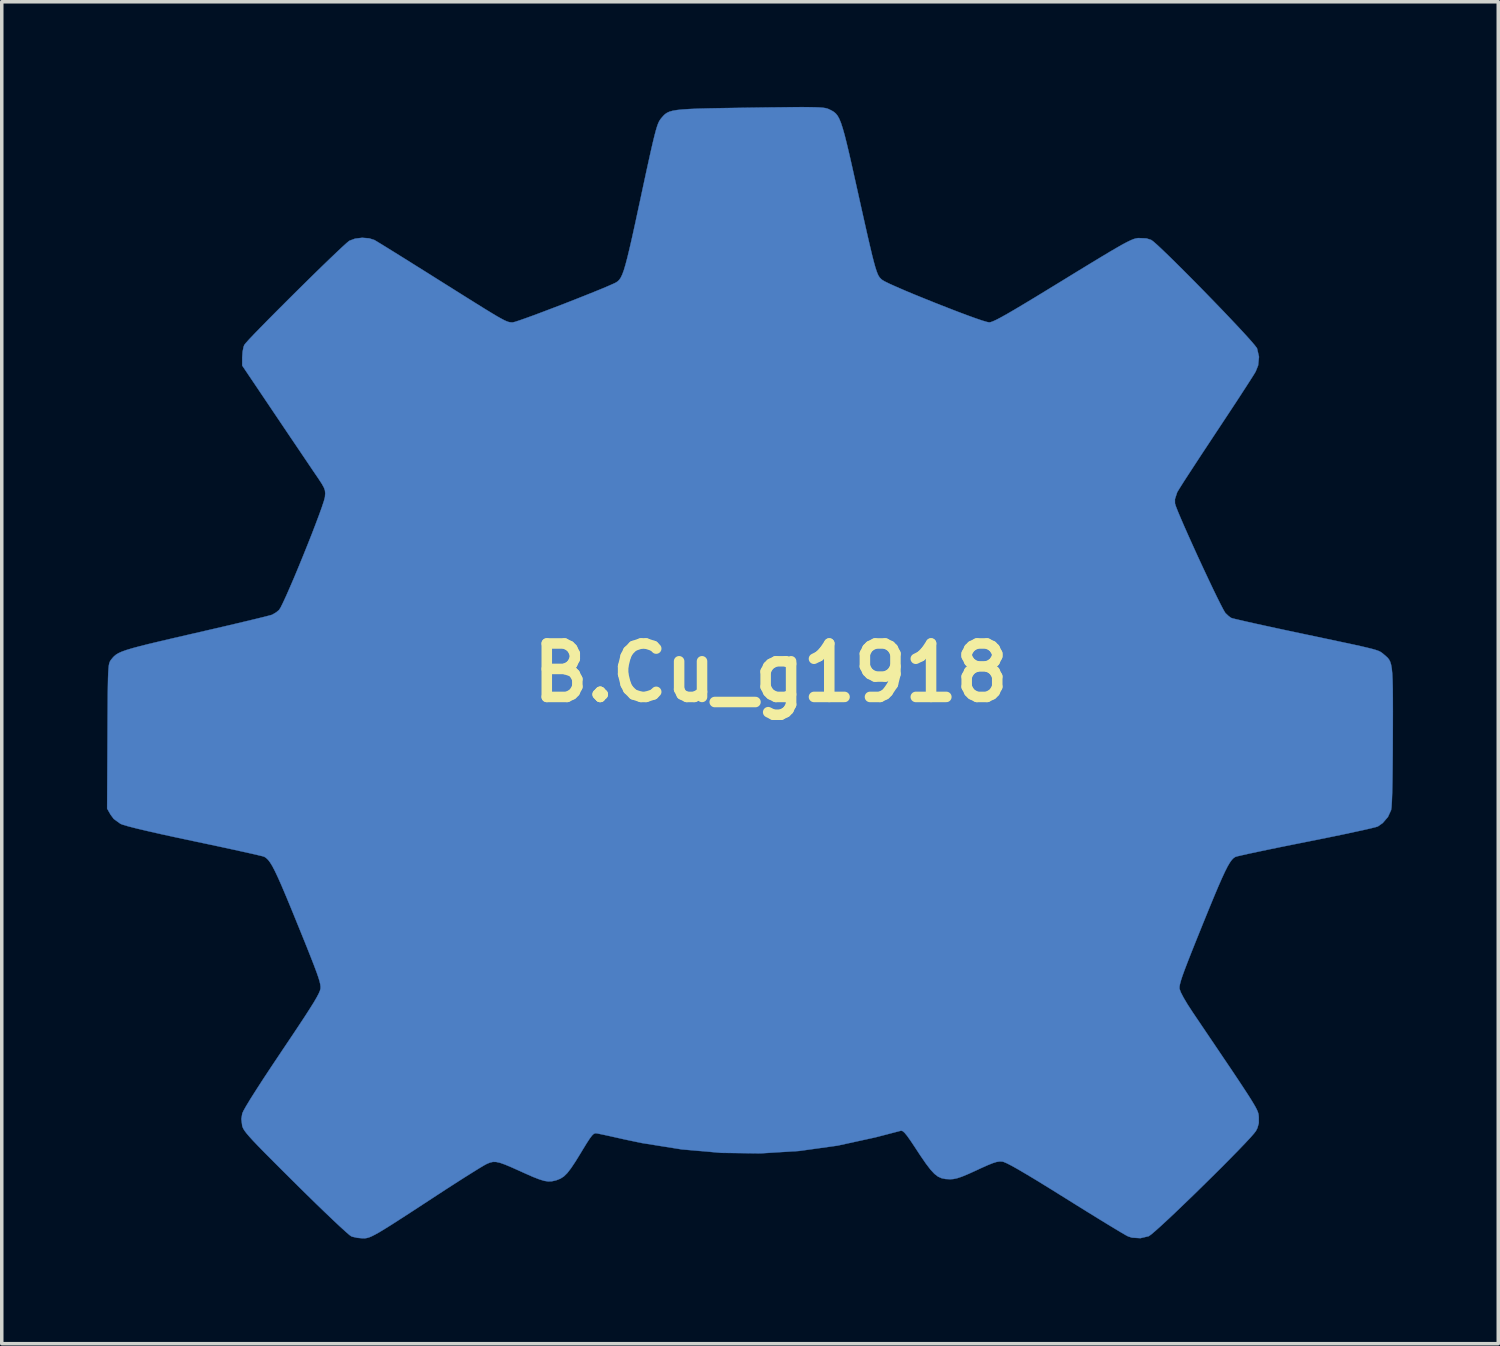
<source format=kicad_pcb>
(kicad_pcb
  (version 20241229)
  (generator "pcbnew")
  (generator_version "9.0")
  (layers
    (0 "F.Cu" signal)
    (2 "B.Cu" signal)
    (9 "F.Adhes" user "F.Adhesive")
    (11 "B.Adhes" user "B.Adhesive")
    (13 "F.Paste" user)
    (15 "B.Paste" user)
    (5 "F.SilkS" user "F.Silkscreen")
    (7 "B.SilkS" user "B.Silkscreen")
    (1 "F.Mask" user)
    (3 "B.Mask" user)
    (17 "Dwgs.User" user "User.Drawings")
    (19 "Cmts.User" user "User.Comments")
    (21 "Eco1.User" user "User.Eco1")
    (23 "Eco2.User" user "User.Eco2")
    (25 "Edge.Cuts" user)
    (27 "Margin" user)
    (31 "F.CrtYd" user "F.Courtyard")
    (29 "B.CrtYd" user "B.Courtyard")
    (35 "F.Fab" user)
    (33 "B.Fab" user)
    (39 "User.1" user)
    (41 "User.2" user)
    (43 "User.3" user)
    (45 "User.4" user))
  (footprint "B.Cu_g1918"
    (layer "F.Cu")
    (at 18.928 16.134)
    (property "Reference" "B.Cu_g1918" (at 0 0 0) (layer "F.SilkS") (effects (font (size 1.524 1.524) (thickness 0.3))))
    (attr through_hole)
    (fp_poly (pts (xy 1.102 -16.128) (xy 1.267 -16.125) (xy 1.393 -16.12) (xy 1.487 -16.112) (xy 1.556 -16.102) (xy 1.608 -16.089) (xy 1.651 -16.073) (xy 1.665 -16.066) (xy 1.737 -16.031) (xy 1.8 -15.993) (xy 1.855 -15.946) (xy 1.905 -15.884) (xy 1.953 -15.798) (xy 2.001 -15.683) (xy 2.051 -15.53) (xy 2.107 -15.333) (xy 2.169 -15.085) (xy 2.242 -14.778) (xy 2.326 -14.407) (xy 2.425 -13.963) (xy 2.477 -13.73) (xy 2.589 -13.226) (xy 2.685 -12.798) (xy 2.766 -12.439) (xy 2.835 -12.143) (xy 2.892 -11.903) (xy 2.941 -11.712) (xy 2.982 -11.564) (xy 3.018 -11.452) (xy 3.05 -11.369) (xy 3.08 -11.309) (xy 3.111 -11.266) (xy 3.144 -11.231) (xy 3.174 -11.205) (xy 3.248 -11.16) (xy 3.389 -11.091) (xy 3.586 -11.003) (xy 3.828 -10.898) (xy 4.103 -10.783) (xy 4.401 -10.662) (xy 4.709 -10.538) (xy 5.018 -10.417) (xy 5.314 -10.302) (xy 5.588 -10.199) (xy 5.828 -10.112) (xy 6.023 -10.045) (xy 6.161 -10.004) (xy 6.228 -9.991) (xy 6.274 -9.998) (xy 6.342 -10.023) (xy 6.44 -10.068) (xy 6.571 -10.137) (xy 6.741 -10.232) (xy 6.956 -10.357) (xy 7.221 -10.515) (xy 7.543 -10.709) (xy 7.925 -10.942) (xy 8.321 -11.184) (xy 8.749 -11.447) (xy 9.112 -11.668) (xy 9.416 -11.852) (xy 9.666 -12.002) (xy 9.87 -12.121) (xy 10.033 -12.214) (xy 10.162 -12.282) (xy 10.263 -12.331) (xy 10.342 -12.364) (xy 10.406 -12.383) (xy 10.461 -12.393) (xy 10.482 -12.395) (xy 10.712 -12.386) (xy 10.849 -12.342) (xy 10.913 -12.295) (xy 11.028 -12.194) (xy 11.185 -12.046) (xy 11.379 -11.859) (xy 11.601 -11.64) (xy 11.845 -11.397) (xy 12.103 -11.137) (xy 12.368 -10.867) (xy 12.632 -10.595) (xy 12.889 -10.329) (xy 13.13 -10.075) (xy 13.35 -9.842) (xy 13.54 -9.636) (xy 13.694 -9.465) (xy 13.803 -9.337) (xy 13.862 -9.259) (xy 13.868 -9.247) (xy 13.923 -9.009) (xy 13.898 -8.764) (xy 13.828 -8.589) (xy 13.784 -8.515) (xy 13.698 -8.379) (xy 13.576 -8.189) (xy 13.423 -7.953) (xy 13.245 -7.68) (xy 13.046 -7.378) (xy 12.833 -7.056) (xy 12.702 -6.858) (xy 12.484 -6.528) (xy 12.277 -6.215) (xy 12.088 -5.926) (xy 11.921 -5.67) (xy 11.782 -5.456) (xy 11.677 -5.29) (xy 11.61 -5.181) (xy 11.59 -5.147) (xy 11.526 -4.952) (xy 11.527 -4.829) (xy 11.55 -4.753) (xy 11.605 -4.612) (xy 11.687 -4.416) (xy 11.791 -4.176) (xy 11.912 -3.903) (xy 12.045 -3.608) (xy 12.185 -3.3) (xy 12.328 -2.992) (xy 12.468 -2.693) (xy 12.6 -2.415) (xy 12.72 -2.167) (xy 12.823 -1.961) (xy 12.903 -1.807) (xy 12.956 -1.716) (xy 12.968 -1.7) (xy 13.056 -1.617) (xy 13.129 -1.564) (xy 13.184 -1.547) (xy 13.313 -1.516) (xy 13.507 -1.471) (xy 13.759 -1.414) (xy 14.06 -1.348) (xy 14.401 -1.274) (xy 14.773 -1.194) (xy 15.119 -1.121) (xy 15.602 -1.019) (xy 16.009 -0.933) (xy 16.347 -0.861) (xy 16.624 -0.802) (xy 16.845 -0.753) (xy 17.019 -0.712) (xy 17.152 -0.679) (xy 17.25 -0.651) (xy 17.322 -0.626) (xy 17.374 -0.603) (xy 17.412 -0.58) (xy 17.445 -0.555) (xy 17.479 -0.527) (xy 17.483 -0.523) (xy 17.542 -0.473) (xy 17.592 -0.427) (xy 17.632 -0.376) (xy 17.665 -0.312) (xy 17.69 -0.229) (xy 17.709 -0.119) (xy 17.723 0.026) (xy 17.732 0.214) (xy 17.738 0.452) (xy 17.74 0.748) (xy 17.741 1.11) (xy 17.74 1.545) (xy 17.739 1.792) (xy 17.737 2.291) (xy 17.733 2.732) (xy 17.728 3.111) (xy 17.721 3.424) (xy 17.712 3.665) (xy 17.702 3.831) (xy 17.69 3.916) (xy 17.6 4.112) (xy 17.451 4.285) (xy 17.311 4.383) (xy 17.248 4.402) (xy 17.111 4.436) (xy 16.908 4.483) (xy 16.648 4.539) (xy 16.341 4.605) (xy 15.994 4.677) (xy 15.616 4.754) (xy 15.264 4.824) (xy 14.869 4.903) (xy 14.497 4.978) (xy 14.157 5.048) (xy 13.859 5.111) (xy 13.61 5.164) (xy 13.419 5.207) (xy 13.295 5.236) (xy 13.248 5.251) (xy 13.198 5.284) (xy 13.147 5.336) (xy 13.092 5.413) (xy 13.028 5.521) (xy 12.954 5.668) (xy 12.865 5.86) (xy 12.758 6.104) (xy 12.631 6.406) (xy 12.479 6.774) (xy 12.3 7.214) (xy 12.3 7.215) (xy 12.133 7.629) (xy 11.996 7.972) (xy 11.886 8.252) (xy 11.801 8.475) (xy 11.738 8.649) (xy 11.695 8.782) (xy 11.669 8.88) (xy 11.656 8.952) (xy 11.656 9.003) (xy 11.657 9.013) (xy 11.693 9.113) (xy 11.772 9.266) (xy 11.888 9.461) (xy 12.026 9.673) (xy 12.367 10.178) (xy 12.665 10.619) (xy 12.921 10.999) (xy 13.14 11.323) (xy 13.323 11.597) (xy 13.474 11.826) (xy 13.597 12.014) (xy 13.694 12.166) (xy 13.768 12.288) (xy 13.823 12.383) (xy 13.862 12.458) (xy 13.887 12.517) (xy 13.903 12.564) (xy 13.911 12.605) (xy 13.915 12.645) (xy 13.917 12.672) (xy 13.917 12.841) (xy 13.879 12.98) (xy 13.836 13.065) (xy 13.781 13.137) (xy 13.674 13.259) (xy 13.521 13.423) (xy 13.33 13.622) (xy 13.108 13.848) (xy 12.864 14.095) (xy 12.603 14.354) (xy 12.334 14.619) (xy 12.065 14.883) (xy 11.801 15.137) (xy 11.552 15.376) (xy 11.325 15.59) (xy 11.126 15.774) (xy 10.964 15.919) (xy 10.846 16.019) (xy 10.779 16.066) (xy 10.777 16.067) (xy 10.542 16.123) (xy 10.303 16.108) (xy 10.19 16.072) (xy 10.126 16.038) (xy 9.999 15.964) (xy 9.815 15.854) (xy 9.584 15.714) (xy 9.313 15.548) (xy 9.01 15.361) (xy 8.682 15.157) (xy 8.411 14.988) (xy 7.979 14.719) (xy 7.614 14.494) (xy 7.311 14.312) (xy 7.067 14.168) (xy 6.877 14.061) (xy 6.737 13.989) (xy 6.643 13.949) (xy 6.605 13.939) (xy 6.527 13.936) (xy 6.439 13.949) (xy 6.326 13.985) (xy 6.173 14.047) (xy 5.964 14.141) (xy 5.88 14.181) (xy 5.638 14.291) (xy 5.455 14.367) (xy 5.315 14.414) (xy 5.203 14.437) (xy 5.117 14.442) (xy 4.985 14.436) (xy 4.873 14.413) (xy 4.77 14.367) (xy 4.667 14.287) (xy 4.556 14.167) (xy 4.426 13.997) (xy 4.269 13.769) (xy 4.128 13.554) (xy 3.991 13.348) (xy 3.89 13.205) (xy 3.816 13.116) (xy 3.762 13.07) (xy 3.719 13.058) (xy 3.704 13.061) (xy 3.635 13.079) (xy 3.5 13.114) (xy 3.317 13.162) (xy 3.101 13.218) (xy 2.985 13.248) (xy 1.905 13.484) (xy 0.812 13.636) (xy -0.293 13.705) (xy -1.411 13.69) (xy -2.54 13.591) (xy -3.68 13.409) (xy -4.17 13.306) (xy -4.406 13.253) (xy -4.621 13.205) (xy -4.798 13.167) (xy -4.919 13.142) (xy -4.959 13.134) (xy -5.003 13.132) (xy -5.046 13.148) (xy -5.095 13.194) (xy -5.159 13.278) (xy -5.246 13.411) (xy -5.364 13.604) (xy -5.415 13.689) (xy -5.571 13.942) (xy -5.697 14.131) (xy -5.803 14.268) (xy -5.899 14.362) (xy -5.997 14.425) (xy -6.104 14.468) (xy -6.147 14.48) (xy -6.248 14.502) (xy -6.348 14.505) (xy -6.46 14.488) (xy -6.6 14.445) (xy -6.782 14.374) (xy -7.02 14.269) (xy -7.123 14.222) (xy -7.38 14.107) (xy -7.574 14.025) (xy -7.72 13.973) (xy -7.832 13.949) (xy -7.923 13.948) (xy -8.008 13.968) (xy -8.094 14.003) (xy -8.172 14.045) (xy -8.311 14.128) (xy -8.501 14.246) (xy -8.734 14.392) (xy -8.999 14.561) (xy -9.286 14.746) (xy -9.525 14.902) (xy -9.938 15.172) (xy -10.286 15.399) (xy -10.577 15.587) (xy -10.815 15.74) (xy -11.009 15.861) (xy -11.163 15.954) (xy -11.285 16.022) (xy -11.38 16.07) (xy -11.455 16.101) (xy -11.517 16.118) (xy -11.571 16.126) (xy -11.624 16.127) (xy -11.638 16.127) (xy -11.79 16.113) (xy -11.931 16.081) (xy -11.962 16.069) (xy -12.017 16.029) (xy -12.126 15.934) (xy -12.282 15.792) (xy -12.478 15.608) (xy -12.709 15.388) (xy -12.967 15.139) (xy -13.246 14.866) (xy -13.541 14.575) (xy -13.559 14.557) (xy -13.898 14.22) (xy -14.182 13.936) (xy -14.416 13.701) (xy -14.604 13.509) (xy -14.752 13.354) (xy -14.865 13.23) (xy -14.947 13.134) (xy -15.004 13.058) (xy -15.041 12.998) (xy -15.063 12.947) (xy -15.071 12.922) (xy -15.095 12.724) (xy -15.069 12.567) (xy -15.033 12.488) (xy -14.952 12.344) (xy -14.828 12.14) (xy -14.664 11.882) (xy -14.465 11.574) (xy -14.232 11.221) (xy -13.969 10.828) (xy -13.94 10.784) (xy -13.676 10.391) (xy -13.456 10.061) (xy -13.277 9.789) (xy -13.135 9.568) (xy -13.025 9.392) (xy -12.945 9.254) (xy -12.89 9.15) (xy -12.856 9.072) (xy -12.84 9.014) (xy -12.838 9.002) (xy -12.837 8.95) (xy -12.845 8.885) (xy -12.865 8.798) (xy -12.9 8.683) (xy -12.953 8.532) (xy -13.026 8.337) (xy -13.122 8.091) (xy -13.243 7.786) (xy -13.393 7.415) (xy -13.496 7.162) (xy -13.672 6.73) (xy -13.821 6.371) (xy -13.946 6.076) (xy -14.051 5.839) (xy -14.139 5.653) (xy -14.213 5.511) (xy -14.277 5.407) (xy -14.335 5.332) (xy -14.39 5.28) (xy -14.441 5.247) (xy -14.496 5.23) (xy -14.625 5.199) (xy -14.82 5.154) (xy -15.072 5.098) (xy -15.372 5.032) (xy -15.713 4.958) (xy -16.085 4.879) (xy -16.431 4.806) (xy -16.948 4.696) (xy -17.399 4.598) (xy -17.78 4.511) (xy -18.089 4.438) (xy -18.323 4.378) (xy -18.478 4.332) (xy -18.541 4.308) (xy -18.733 4.169) (xy -18.827 4.043) (xy -18.923 3.873) (xy -18.912 1.813) (xy -18.91 1.342) (xy -18.907 0.948) (xy -18.905 0.624) (xy -18.901 0.362) (xy -18.897 0.156) (xy -18.891 -0.003) (xy -18.883 -0.122) (xy -18.874 -0.208) (xy -18.862 -0.268) (xy -18.847 -0.311) (xy -18.83 -0.343) (xy -18.815 -0.365) (xy -18.77 -0.421) (xy -18.724 -0.471) (xy -18.668 -0.517) (xy -18.596 -0.56) (xy -18.5 -0.603) (xy -18.373 -0.648) (xy -18.208 -0.698) (xy -17.999 -0.754) (xy -17.737 -0.82) (xy -17.417 -0.896) (xy -17.03 -0.987) (xy -16.57 -1.093) (xy -16.417 -1.128) (xy -16.006 -1.223) (xy -15.617 -1.313) (xy -15.26 -1.397) (xy -14.941 -1.473) (xy -14.67 -1.538) (xy -14.454 -1.591) (xy -14.303 -1.63) (xy -14.224 -1.652) (xy -14.218 -1.654) (xy -14.102 -1.722) (xy -14.019 -1.792) (xy -13.975 -1.861) (xy -13.907 -1.999) (xy -13.817 -2.193) (xy -13.711 -2.435) (xy -13.592 -2.711) (xy -13.466 -3.013) (xy -13.337 -3.328) (xy -13.209 -3.646) (xy -13.086 -3.956) (xy -12.974 -4.248) (xy -12.876 -4.509) (xy -12.797 -4.729) (xy -12.741 -4.898) (xy -12.713 -5.004) (xy -12.711 -5.019) (xy -12.704 -5.115) (xy -12.711 -5.195) (xy -12.739 -5.276) (xy -12.795 -5.379) (xy -12.887 -5.521) (xy -12.963 -5.633) (xy -13.05 -5.76) (xy -13.176 -5.947) (xy -13.335 -6.183) (xy -13.52 -6.457) (xy -13.723 -6.757) (xy -13.936 -7.074) (xy -14.153 -7.396) (xy -15.071 -8.76) (xy -15.071 -8.996) (xy -15.06 -9.152) (xy -15.033 -9.29) (xy -15.012 -9.347) (xy -14.968 -9.402) (xy -14.872 -9.509) (xy -14.729 -9.66) (xy -14.547 -9.847) (xy -14.334 -10.064) (xy -14.096 -10.304) (xy -13.842 -10.558) (xy -13.579 -10.82) (xy -13.314 -11.082) (xy -13.054 -11.338) (xy -12.807 -11.579) (xy -12.58 -11.798) (xy -12.38 -11.989) (xy -12.216 -12.143) (xy -12.094 -12.254) (xy -12.021 -12.314) (xy -12.013 -12.319) (xy -11.852 -12.379) (xy -11.652 -12.403) (xy -11.453 -12.388) (xy -11.304 -12.341) (xy -11.245 -12.306) (xy -11.121 -12.231) (xy -10.941 -12.12) (xy -10.712 -11.978) (xy -10.442 -11.81) (xy -10.139 -11.62) (xy -9.809 -11.414) (xy -9.476 -11.204) (xy -9.055 -10.94) (xy -8.7 -10.717) (xy -8.404 -10.532) (xy -8.161 -10.381) (xy -7.966 -10.262) (xy -7.811 -10.169) (xy -7.69 -10.101) (xy -7.598 -10.052) (xy -7.528 -10.021) (xy -7.474 -10.002) (xy -7.43 -9.994) (xy -7.389 -9.991) (xy -7.355 -9.991) (xy -7.291 -10.006) (xy -7.16 -10.049) (xy -6.973 -10.115) (xy -6.741 -10.199) (xy -6.475 -10.299) (xy -6.186 -10.409) (xy -5.885 -10.524) (xy -5.584 -10.642) (xy -5.294 -10.757) (xy -5.025 -10.865) (xy -4.789 -10.961) (xy -4.598 -11.043) (xy -4.461 -11.104) (xy -4.415 -11.127) (xy -4.366 -11.159) (xy -4.321 -11.202) (xy -4.278 -11.264) (xy -4.235 -11.353) (xy -4.19 -11.474) (xy -4.142 -11.635) (xy -4.087 -11.843) (xy -4.024 -12.104) (xy -3.95 -12.427) (xy -3.864 -12.818) (xy -3.764 -13.284) (xy -3.748 -13.356) (xy -3.642 -13.851) (xy -3.552 -14.27) (xy -3.475 -14.621) (xy -3.411 -14.909) (xy -3.357 -15.142) (xy -3.312 -15.326) (xy -3.274 -15.47) (xy -3.241 -15.579) (xy -3.212 -15.66) (xy -3.184 -15.721) (xy -3.155 -15.768) (xy -3.125 -15.809) (xy -3.111 -15.825) (xy -3.063 -15.881) (xy -3.015 -15.927) (xy -2.959 -15.966) (xy -2.888 -15.999) (xy -2.795 -16.025) (xy -2.673 -16.046) (xy -2.515 -16.062) (xy -2.313 -16.075) (xy -2.06 -16.086) (xy -1.748 -16.094) (xy -1.371 -16.101) (xy -0.922 -16.108) (xy -0.584 -16.113) (xy -0.108 -16.12) (xy 0.291 -16.124) (xy 0.621 -16.128) (xy 0.889 -16.129) (xy 1.102 -16.128)) (stroke (width 0.01) (type solid)) (fill yes) (layer "B.Cu")))
  (gr_rect
    (start -3 -3)
    (end 39.674 35.266)
    (stroke (width 0.1) (type default))
    (fill no)
    (layer "Edge.Cuts")))
</source>
